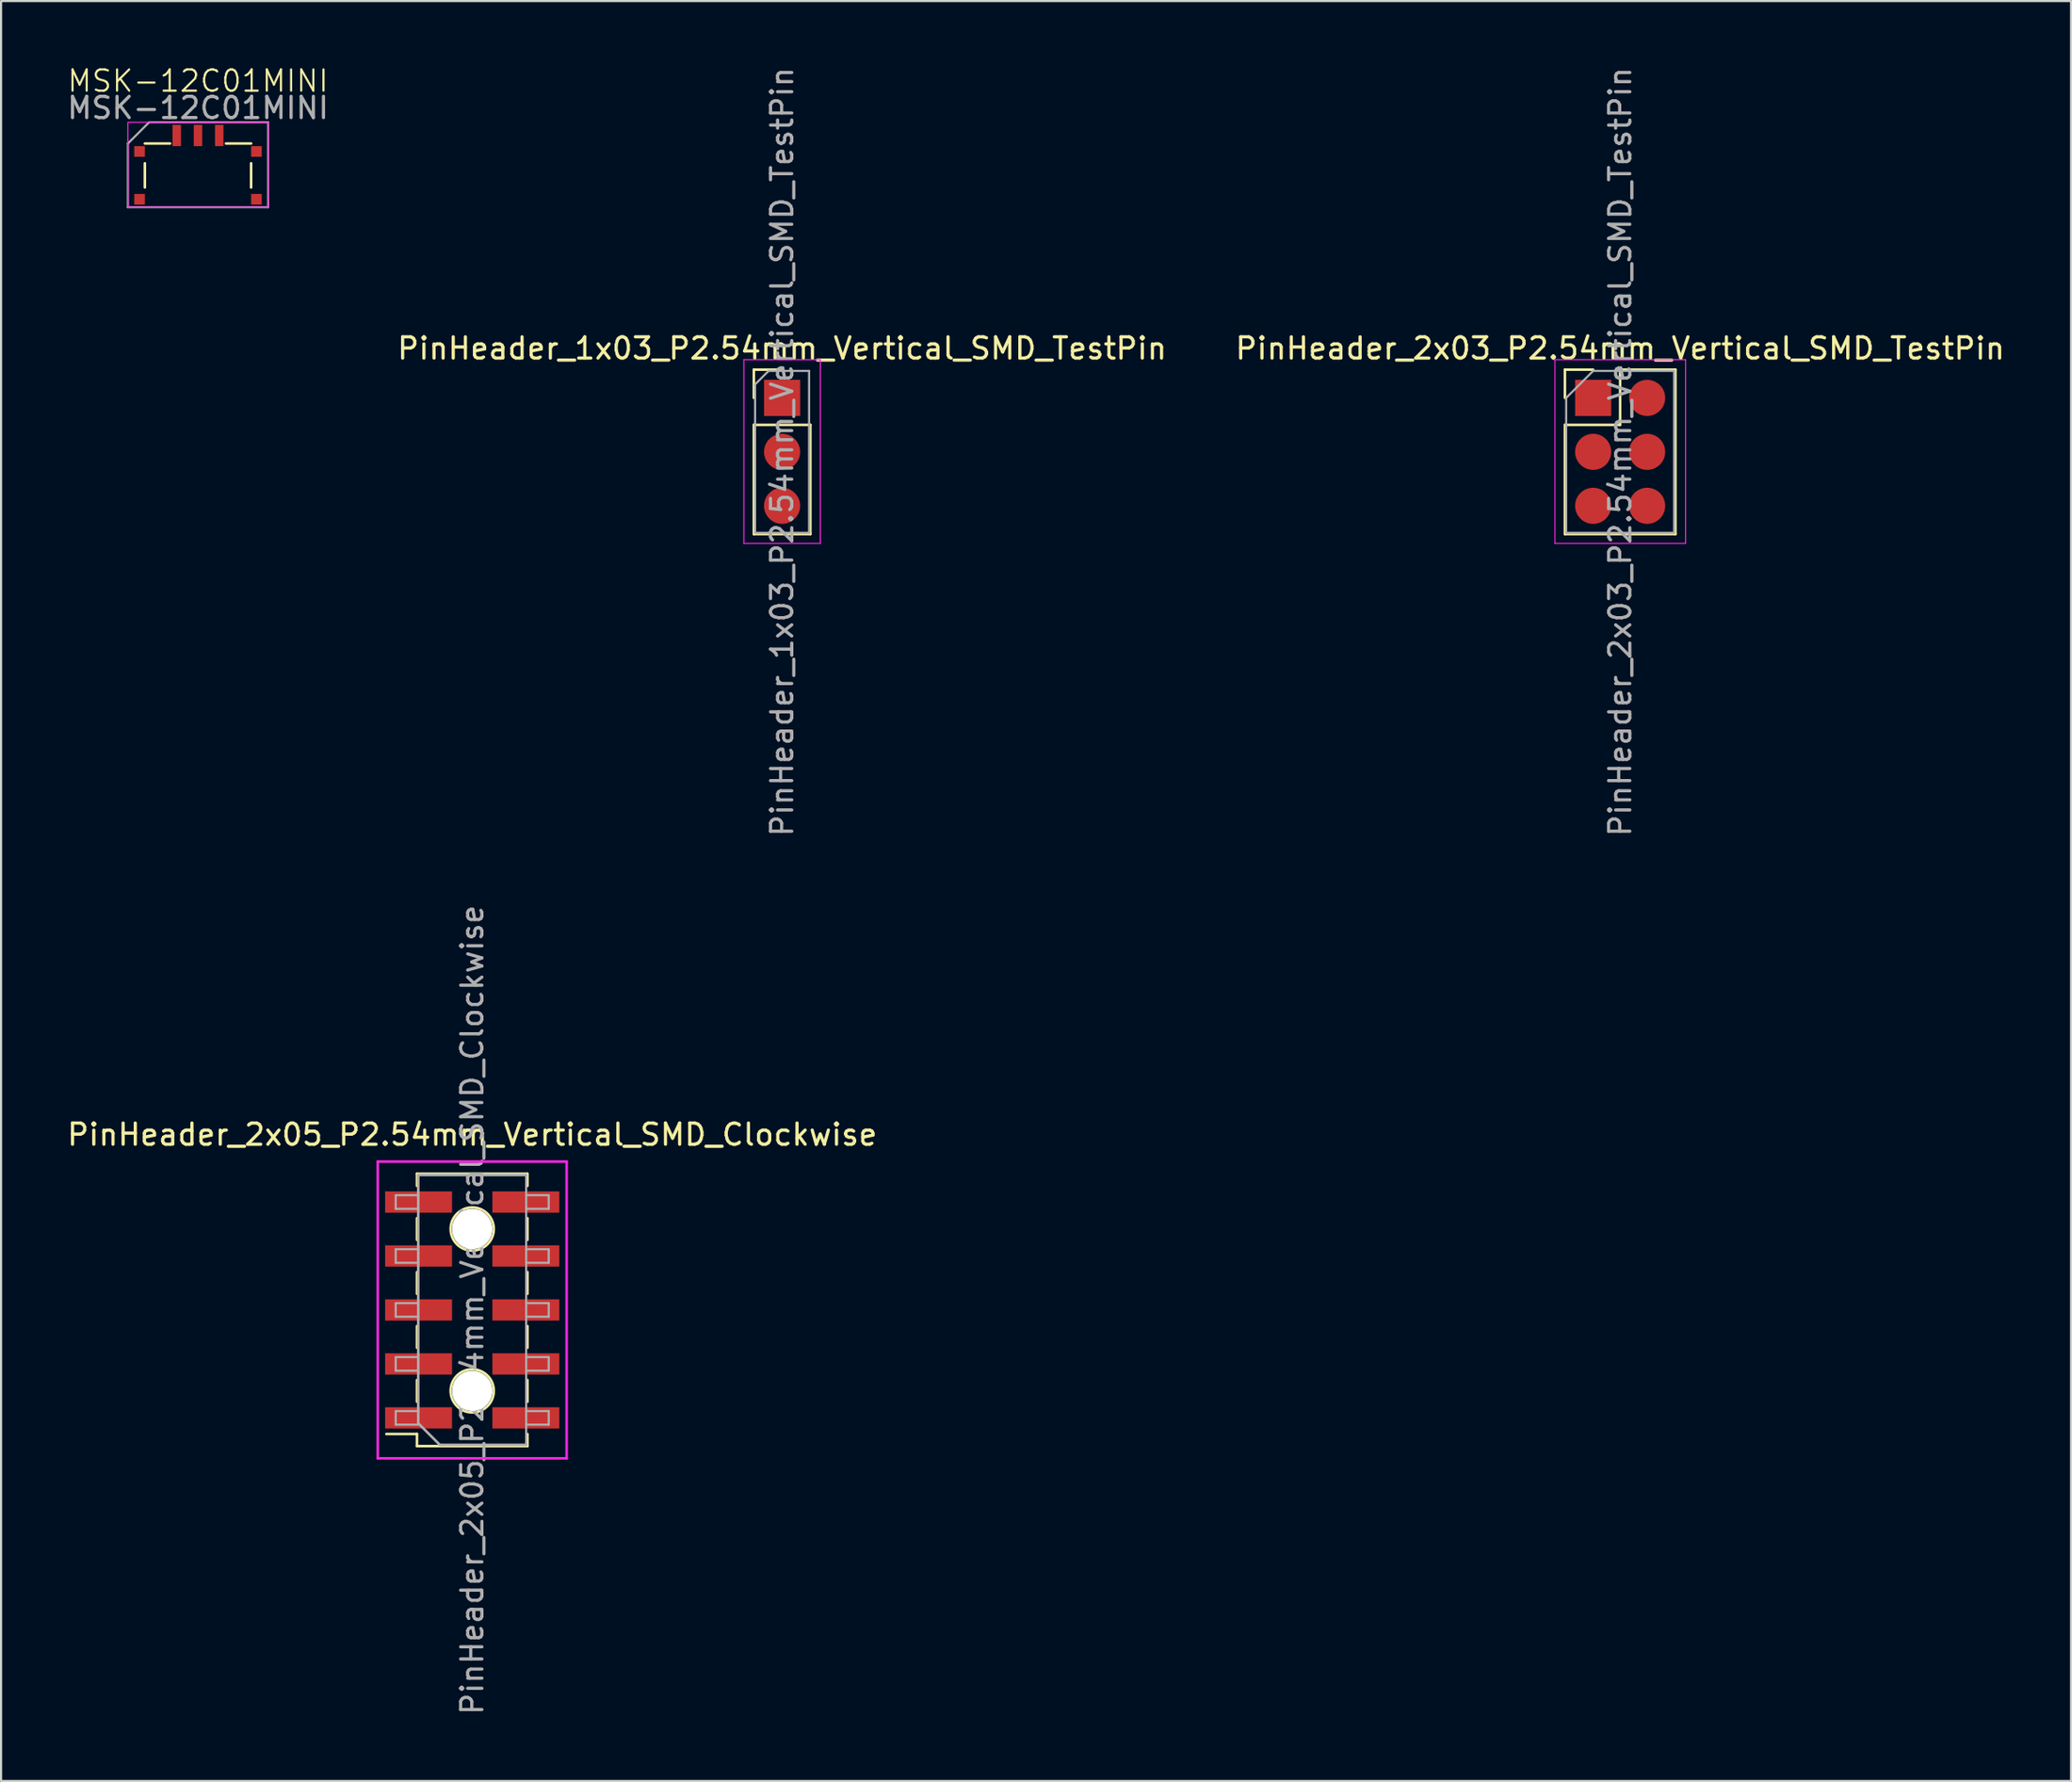
<source format=kicad_pcb>
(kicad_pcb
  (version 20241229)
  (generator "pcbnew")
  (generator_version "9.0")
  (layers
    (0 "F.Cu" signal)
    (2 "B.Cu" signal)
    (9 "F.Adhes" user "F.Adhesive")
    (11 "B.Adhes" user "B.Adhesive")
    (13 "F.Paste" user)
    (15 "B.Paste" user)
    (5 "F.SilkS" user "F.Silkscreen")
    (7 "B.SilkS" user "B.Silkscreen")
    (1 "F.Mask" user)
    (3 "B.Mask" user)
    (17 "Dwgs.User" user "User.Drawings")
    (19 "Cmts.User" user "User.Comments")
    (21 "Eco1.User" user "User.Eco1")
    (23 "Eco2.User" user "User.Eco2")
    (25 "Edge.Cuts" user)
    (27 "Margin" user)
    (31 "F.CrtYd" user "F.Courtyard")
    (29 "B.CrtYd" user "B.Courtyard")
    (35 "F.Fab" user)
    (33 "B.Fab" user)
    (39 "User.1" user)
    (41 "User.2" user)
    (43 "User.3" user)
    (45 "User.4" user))
  (footprint "PinHeader_1x03_P2.54mm_Vertical_SMD_TestPin"
    (layer "F.Cu")
    (at 33.756 15.68)
    (property "Reference" "PinHeader_1x03_P2.54mm_Vertical_SMD_TestPin" (at 0 -2.33 0) (layer "F.SilkS") (effects (font (size 1 1) (thickness 0.15))))
    (attr through_hole)
    (fp_line (start -1.33 -1.33) (end 0 -1.33) (stroke (width 0.12) (type solid)) (layer "F.SilkS"))
    (fp_line (start -1.33 0) (end -1.33 -1.33) (stroke (width 0.12) (type solid)) (layer "F.SilkS"))
    (fp_line (start -1.33 1.27) (end -1.33 6.41) (stroke (width 0.12) (type solid)) (layer "F.SilkS"))
    (fp_line (start -1.33 1.27) (end 1.33 1.27) (stroke (width 0.12) (type solid)) (layer "F.SilkS"))
    (fp_line (start -1.33 6.41) (end 1.33 6.41) (stroke (width 0.12) (type solid)) (layer "F.SilkS"))
    (fp_line (start 1.33 1.27) (end 1.33 6.41) (stroke (width 0.12) (type solid)) (layer "F.SilkS"))
    (fp_line (start -1.8 -1.8) (end -1.8 6.85) (stroke (width 0.05) (type solid)) (layer "F.CrtYd"))
    (fp_line (start -1.8 6.85) (end 1.8 6.85) (stroke (width 0.05) (type solid)) (layer "F.CrtYd"))
    (fp_line (start 1.8 -1.8) (end -1.8 -1.8) (stroke (width 0.05) (type solid)) (layer "F.CrtYd"))
    (fp_line (start 1.8 6.85) (end 1.8 -1.8) (stroke (width 0.05) (type solid)) (layer "F.CrtYd"))
    (fp_line (start -1.27 -0.635) (end -0.635 -1.27) (stroke (width 0.1) (type solid)) (layer "F.Fab"))
    (fp_line (start -1.27 6.35) (end -1.27 -0.635) (stroke (width 0.1) (type solid)) (layer "F.Fab"))
    (fp_line (start -0.635 -1.27) (end 1.27 -1.27) (stroke (width 0.1) (type solid)) (layer "F.Fab"))
    (fp_line (start 1.27 -1.27) (end 1.27 6.35) (stroke (width 0.1) (type solid)) (layer "F.Fab"))
    (fp_line (start 1.27 6.35) (end -1.27 6.35) (stroke (width 0.1) (type solid)) (layer "F.Fab"))
    (fp_text user "${REFERENCE}" (at 0 2.54 90) (layer "F.Fab") (effects (font (size 1 1) (thickness 0.15))))
    (pad "1" smd rect (at 0 0) (size 1.7 1.7) (layers "F.Cu" "F.Mask" "F.Paste"))
    (pad "2" smd oval (at 0 2.54) (size 1.7 1.7) (layers "F.Cu" "F.Mask" "F.Paste"))
    (pad "3" smd oval (at 0 5.08) (size 1.7 1.7) (layers "F.Cu" "F.Mask" "F.Paste")))
  (footprint "PinHeader_2x03_P2.54mm_Vertical_SMD_TestPin"
    (layer "F.Cu")
    (at 71.926 15.68)
    (property "Reference" "PinHeader_2x03_P2.54mm_Vertical_SMD_TestPin" (at 1.27 -2.33 0) (layer "F.SilkS") (effects (font (size 1 1) (thickness 0.15))))
    (attr through_hole)
    (fp_line (start -1.33 -1.33) (end 0 -1.33) (stroke (width 0.12) (type solid)) (layer "F.SilkS"))
    (fp_line (start -1.33 0) (end -1.33 -1.33) (stroke (width 0.12) (type solid)) (layer "F.SilkS"))
    (fp_line (start -1.33 1.27) (end -1.33 6.41) (stroke (width 0.12) (type solid)) (layer "F.SilkS"))
    (fp_line (start -1.33 1.27) (end 1.27 1.27) (stroke (width 0.12) (type solid)) (layer "F.SilkS"))
    (fp_line (start -1.33 6.41) (end 3.87 6.41) (stroke (width 0.12) (type solid)) (layer "F.SilkS"))
    (fp_line (start 1.27 -1.33) (end 3.87 -1.33) (stroke (width 0.12) (type solid)) (layer "F.SilkS"))
    (fp_line (start 1.27 1.27) (end 1.27 -1.33) (stroke (width 0.12) (type solid)) (layer "F.SilkS"))
    (fp_line (start 3.87 -1.33) (end 3.87 6.41) (stroke (width 0.12) (type solid)) (layer "F.SilkS"))
    (fp_line (start -1.8 -1.8) (end -1.8 6.85) (stroke (width 0.05) (type solid)) (layer "F.CrtYd"))
    (fp_line (start -1.8 6.85) (end 4.35 6.85) (stroke (width 0.05) (type solid)) (layer "F.CrtYd"))
    (fp_line (start 4.35 -1.8) (end -1.8 -1.8) (stroke (width 0.05) (type solid)) (layer "F.CrtYd"))
    (fp_line (start 4.35 6.85) (end 4.35 -1.8) (stroke (width 0.05) (type solid)) (layer "F.CrtYd"))
    (fp_line (start -1.27 0) (end 0 -1.27) (stroke (width 0.1) (type solid)) (layer "F.Fab"))
    (fp_line (start -1.27 6.35) (end -1.27 0) (stroke (width 0.1) (type solid)) (layer "F.Fab"))
    (fp_line (start 0 -1.27) (end 3.81 -1.27) (stroke (width 0.1) (type solid)) (layer "F.Fab"))
    (fp_line (start 3.81 -1.27) (end 3.81 6.35) (stroke (width 0.1) (type solid)) (layer "F.Fab"))
    (fp_line (start 3.81 6.35) (end -1.27 6.35) (stroke (width 0.1) (type solid)) (layer "F.Fab"))
    (fp_text user "${REFERENCE}" (at 1.27 2.54 90) (layer "F.Fab") (effects (font (size 1 1) (thickness 0.15))))
    (pad "1" smd rect (at 0 0) (size 1.7 1.7) (layers "F.Cu" "F.Mask" "F.Paste"))
    (pad "2" smd oval (at 2.54 0) (size 1.7 1.7) (layers "F.Cu" "F.Mask" "F.Paste"))
    (pad "3" smd oval (at 0 2.54) (size 1.7 1.7) (layers "F.Cu" "F.Mask" "F.Paste"))
    (pad "4" smd oval (at 2.54 2.54) (size 1.7 1.7) (layers "F.Cu" "F.Mask" "F.Paste"))
    (pad "5" smd oval (at 0 5.08) (size 1.7 1.7) (layers "F.Cu" "F.Mask" "F.Paste"))
    (pad "6" smd oval (at 2.54 5.08) (size 1.7 1.7) (layers "F.Cu" "F.Mask" "F.Paste")))
  (footprint "PinHeader_2x05_P2.54mm_Vertical_SMD_Clockwise"
    (layer "F.Cu")
    (at 19.173 58.613)
    (property "Reference" "PinHeader_2x05_P2.54mm_Vertical_SMD_Clockwise" (at 0 -8.255 0) (layer "F.SilkS") (effects (font (size 1 1) (thickness 0.15))))
    (attr smd)
    (fp_line (start -4.04 5.84) (end -2.6 5.84) (stroke (width 0.12) (type solid)) (layer "F.SilkS"))
    (fp_line (start -2.6 -6.41) (end -2.6 -5.84) (stroke (width 0.12) (type solid)) (layer "F.SilkS"))
    (fp_line (start -2.6 -6.41) (end 2.6 -6.41) (stroke (width 0.12) (type solid)) (layer "F.SilkS"))
    (fp_line (start -2.6 -4.32) (end -2.6 -3.3) (stroke (width 0.12) (type solid)) (layer "F.SilkS"))
    (fp_line (start -2.6 -1.78) (end -2.6 -0.76) (stroke (width 0.12) (type solid)) (layer "F.SilkS"))
    (fp_line (start -2.6 0.76) (end -2.6 1.78) (stroke (width 0.12) (type solid)) (layer "F.SilkS"))
    (fp_line (start -2.6 3.3) (end -2.6 4.32) (stroke (width 0.12) (type solid)) (layer "F.SilkS"))
    (fp_line (start -2.6 5.84) (end -2.6 6.41) (stroke (width 0.12) (type solid)) (layer "F.SilkS"))
    (fp_line (start -2.6 6.41) (end 2.6 6.41) (stroke (width 0.12) (type solid)) (layer "F.SilkS"))
    (fp_line (start 2.6 -6.41) (end 2.6 -5.84) (stroke (width 0.12) (type solid)) (layer "F.SilkS"))
    (fp_line (start 2.6 -4.32) (end 2.6 -3.3) (stroke (width 0.12) (type solid)) (layer "F.SilkS"))
    (fp_line (start 2.6 -1.78) (end 2.6 -0.76) (stroke (width 0.12) (type solid)) (layer "F.SilkS"))
    (fp_line (start 2.6 0.76) (end 2.6 1.78) (stroke (width 0.12) (type solid)) (layer "F.SilkS"))
    (fp_line (start 2.6 3.3) (end 2.6 4.32) (stroke (width 0.12) (type solid)) (layer "F.SilkS"))
    (fp_line (start 2.6 5.84) (end 2.6 6.41) (stroke (width 0.12) (type solid)) (layer "F.SilkS"))
    (fp_circle (center 0 -3.81) (end -1.016 -3.81) (stroke (width 0.12) (type solid)) (fill no) (layer "F.SilkS"))
    (fp_circle (center 0 3.81) (end -1.016 3.81) (stroke (width 0.12) (type solid)) (fill no) (layer "F.SilkS"))
    (fp_line (start -4.445 -6.985) (end -4.445 6.985) (stroke (width 0.12) (type solid)) (layer "F.CrtYd"))
    (fp_line (start -4.445 -6.985) (end 4.445 -6.985) (stroke (width 0.12) (type solid)) (layer "F.CrtYd"))
    (fp_line (start 4.445 -6.985) (end 4.445 6.985) (stroke (width 0.12) (type solid)) (layer "F.CrtYd"))
    (fp_line (start 4.445 6.985) (end -4.445 6.985) (stroke (width 0.12) (type solid)) (layer "F.CrtYd"))
    (fp_line (start -3.6 -5.4) (end -3.6 -4.76) (stroke (width 0.1) (type solid)) (layer "F.Fab"))
    (fp_line (start -3.6 -4.76) (end -2.54 -4.76) (stroke (width 0.1) (type solid)) (layer "F.Fab"))
    (fp_line (start -3.6 -2.86) (end -3.6 -2.22) (stroke (width 0.1) (type solid)) (layer "F.Fab"))
    (fp_line (start -3.6 -2.22) (end -2.54 -2.22) (stroke (width 0.1) (type solid)) (layer "F.Fab"))
    (fp_line (start -3.6 -0.32) (end -3.6 0.32) (stroke (width 0.1) (type solid)) (layer "F.Fab"))
    (fp_line (start -3.6 0.32) (end -2.54 0.32) (stroke (width 0.1) (type solid)) (layer "F.Fab"))
    (fp_line (start -3.6 2.22) (end -3.6 2.86) (stroke (width 0.1) (type solid)) (layer "F.Fab"))
    (fp_line (start -3.6 2.86) (end -2.54 2.86) (stroke (width 0.1) (type solid)) (layer "F.Fab"))
    (fp_line (start -3.6 4.76) (end -3.6 5.4) (stroke (width 0.1) (type solid)) (layer "F.Fab"))
    (fp_line (start -3.6 5.4) (end -2.54 5.4) (stroke (width 0.1) (type solid)) (layer "F.Fab"))
    (fp_line (start -2.54 -6.35) (end -2.54 5.334) (stroke (width 0.12) (type solid)) (layer "F.Fab"))
    (fp_line (start -2.54 -5.4) (end -3.6 -5.4) (stroke (width 0.1) (type solid)) (layer "F.Fab"))
    (fp_line (start -2.54 -2.86) (end -3.6 -2.86) (stroke (width 0.1) (type solid)) (layer "F.Fab"))
    (fp_line (start -2.54 -0.32) (end -3.6 -0.32) (stroke (width 0.1) (type solid)) (layer "F.Fab"))
    (fp_line (start -2.54 2.22) (end -3.6 2.22) (stroke (width 0.1) (type solid)) (layer "F.Fab"))
    (fp_line (start -2.54 4.76) (end -3.6 4.76) (stroke (width 0.1) (type solid)) (layer "F.Fab"))
    (fp_line (start -2.54 5.334) (end -1.524 6.35) (stroke (width 0.12) (type solid)) (layer "F.Fab"))
    (fp_line (start -1.524 6.35) (end 2.54 6.35) (stroke (width 0.12) (type solid)) (layer "F.Fab"))
    (fp_line (start 2.54 -6.35) (end -2.54 -6.35) (stroke (width 0.12) (type solid)) (layer "F.Fab"))
    (fp_line (start 2.54 -6.35) (end 2.54 6.35) (stroke (width 0.1) (type solid)) (layer "F.Fab"))
    (fp_line (start 2.54 -5.4) (end 3.6 -5.4) (stroke (width 0.1) (type solid)) (layer "F.Fab"))
    (fp_line (start 2.54 -2.86) (end 3.6 -2.86) (stroke (width 0.1) (type solid)) (layer "F.Fab"))
    (fp_line (start 2.54 -0.32) (end 3.6 -0.32) (stroke (width 0.1) (type solid)) (layer "F.Fab"))
    (fp_line (start 2.54 2.22) (end 3.6 2.22) (stroke (width 0.1) (type solid)) (layer "F.Fab"))
    (fp_line (start 2.54 4.76) (end 3.6 4.76) (stroke (width 0.1) (type solid)) (layer "F.Fab"))
    (fp_line (start 3.6 -5.4) (end 3.6 -4.76) (stroke (width 0.1) (type solid)) (layer "F.Fab"))
    (fp_line (start 3.6 -4.76) (end 2.54 -4.76) (stroke (width 0.1) (type solid)) (layer "F.Fab"))
    (fp_line (start 3.6 -2.86) (end 3.6 -2.22) (stroke (width 0.1) (type solid)) (layer "F.Fab"))
    (fp_line (start 3.6 -2.22) (end 2.54 -2.22) (stroke (width 0.1) (type solid)) (layer "F.Fab"))
    (fp_line (start 3.6 -0.32) (end 3.6 0.32) (stroke (width 0.1) (type solid)) (layer "F.Fab"))
    (fp_line (start 3.6 0.32) (end 2.54 0.32) (stroke (width 0.1) (type solid)) (layer "F.Fab"))
    (fp_line (start 3.6 2.22) (end 3.6 2.86) (stroke (width 0.1) (type solid)) (layer "F.Fab"))
    (fp_line (start 3.6 2.86) (end 2.54 2.86) (stroke (width 0.1) (type solid)) (layer "F.Fab"))
    (fp_line (start 3.6 4.76) (end 3.6 5.4) (stroke (width 0.1) (type solid)) (layer "F.Fab"))
    (fp_line (start 3.6 5.4) (end 2.54 5.4) (stroke (width 0.1) (type solid)) (layer "F.Fab"))
    (fp_text user "${REFERENCE}" (at 0 0 90) (layer "F.Fab") (effects (font (size 1 1) (thickness 0.15))))
    (pad "" np_thru_hole circle (at 0 -3.81) (size 1.9 1.9) (drill 1.9) (layers "*.Cu" "*.Mask"))
    (pad "" np_thru_hole circle (at 0 3.81) (size 1.9 1.9) (drill 1.9) (layers "*.Cu" "*.Mask"))
    (pad "1" smd rect (at -2.525 5.08) (size 3.15 1) (layers "F.Cu" "F.Mask" "F.Paste"))
    (pad "2" smd rect (at -2.525 2.54) (size 3.15 1) (layers "F.Cu" "F.Mask" "F.Paste"))
    (pad "3" smd rect (at -2.525 0) (size 3.15 1) (layers "F.Cu" "F.Mask" "F.Paste"))
    (pad "4" smd rect (at -2.525 -2.54) (size 3.15 1) (layers "F.Cu" "F.Mask" "F.Paste"))
    (pad "5" smd rect (at -2.525 -5.08) (size 3.15 1) (layers "F.Cu" "F.Mask" "F.Paste"))
    (pad "6" smd rect (at 2.525 -5.08) (size 3.15 1) (layers "F.Cu" "F.Mask" "F.Paste"))
    (pad "7" smd rect (at 2.525 -2.54) (size 3.15 1) (layers "F.Cu" "F.Mask" "F.Paste"))
    (pad "8" smd rect (at 2.525 0) (size 3.15 1) (layers "F.Cu" "F.Mask" "F.Paste"))
    (pad "9" smd rect (at 2.525 2.54) (size 3.15 1) (layers "F.Cu" "F.Mask" "F.Paste"))
    (pad "10" smd rect (at 2.525 5.08) (size 3.15 1) (layers "F.Cu" "F.Mask" "F.Paste")))
  (footprint "MSK-12C01MINI"
    (layer "F.Cu")
    (at 6.268 5.205)
    (property "Reference" "MSK-12C01MINI" (at 0 -4.445 0) (unlocked yes) (layer "F.SilkS") (effects (font (size 1 1) (thickness 0.1))))
    (attr smd)
    (fp_line (start -2.5 -1.5) (end -1.315 -1.5) (stroke (width 0.12) (type solid)) (layer "F.SilkS"))
    (fp_line (start -2.5 -0.57) (end -2.5 0.57) (stroke (width 0.12) (type solid)) (layer "F.SilkS"))
    (fp_line (start 1.315 -1.5) (end 2.5 -1.5) (stroke (width 0.12) (type solid)) (layer "F.SilkS"))
    (fp_line (start 2.5 -0.57) (end 2.5 0.57) (stroke (width 0.12) (type solid)) (layer "F.SilkS"))
    (fp_rect (start -3.3 -2.5) (end 3.3 1.5) (stroke (width 0.05) (type solid)) (fill no) (layer "F.CrtYd"))
    (fp_line (start -3.3 -1.5) (end -2.3 -2.5) (stroke (width 0.1) (type solid)) (layer "F.Fab"))
    (fp_line (start -3.3 1.5) (end -3.3 -1.5) (stroke (width 0.1) (type solid)) (layer "F.Fab"))
    (fp_line (start -2.3 -2.5) (end 3.3 -2.5) (stroke (width 0.1) (type solid)) (layer "F.Fab"))
    (fp_line (start 3.3 -2.5) (end 3.3 1.5) (stroke (width 0.1) (type solid)) (layer "F.Fab"))
    (fp_line (start 3.3 1.5) (end -3.3 1.5) (stroke (width 0.1) (type solid)) (layer "F.Fab"))
    (fp_text user "${REFERENCE}" (at 0 -3.175 0) (unlocked yes) (layer "F.Fab") (effects (font (size 1 1) (thickness 0.15))))
    (pad "1" smd rect (at -1 -1.875) (size 0.4 1) (layers "F.Cu" "F.Mask" "F.Paste"))
    (pad "2" smd rect (at 0 -1.875) (size 0.4 1) (layers "F.Cu" "F.Mask" "F.Paste"))
    (pad "3" smd rect (at 1 -1.875) (size 0.4 1) (layers "F.Cu" "F.Mask" "F.Paste"))
    (pad "C" smd rect (at -2.75 -1.125) (size 0.5 0.5) (layers "F.Cu" "F.Mask" "F.Paste"))
    (pad "C" smd rect (at -2.75 1.125) (size 0.5 0.5) (layers "F.Cu" "F.Mask" "F.Paste"))
    (pad "C" smd rect (at 2.75 -1.125) (size 0.5 0.5) (layers "F.Cu" "F.Mask" "F.Paste"))
    (pad "C" smd rect (at 2.75 1.125) (size 0.5 0.5) (layers "F.Cu" "F.Mask" "F.Paste")))
  (gr_rect
    (start -3 -3)
    (end 94.417 80.786)
    (stroke (width 0.1) (type default))
    (fill no)
    (layer "Edge.Cuts")))
</source>
